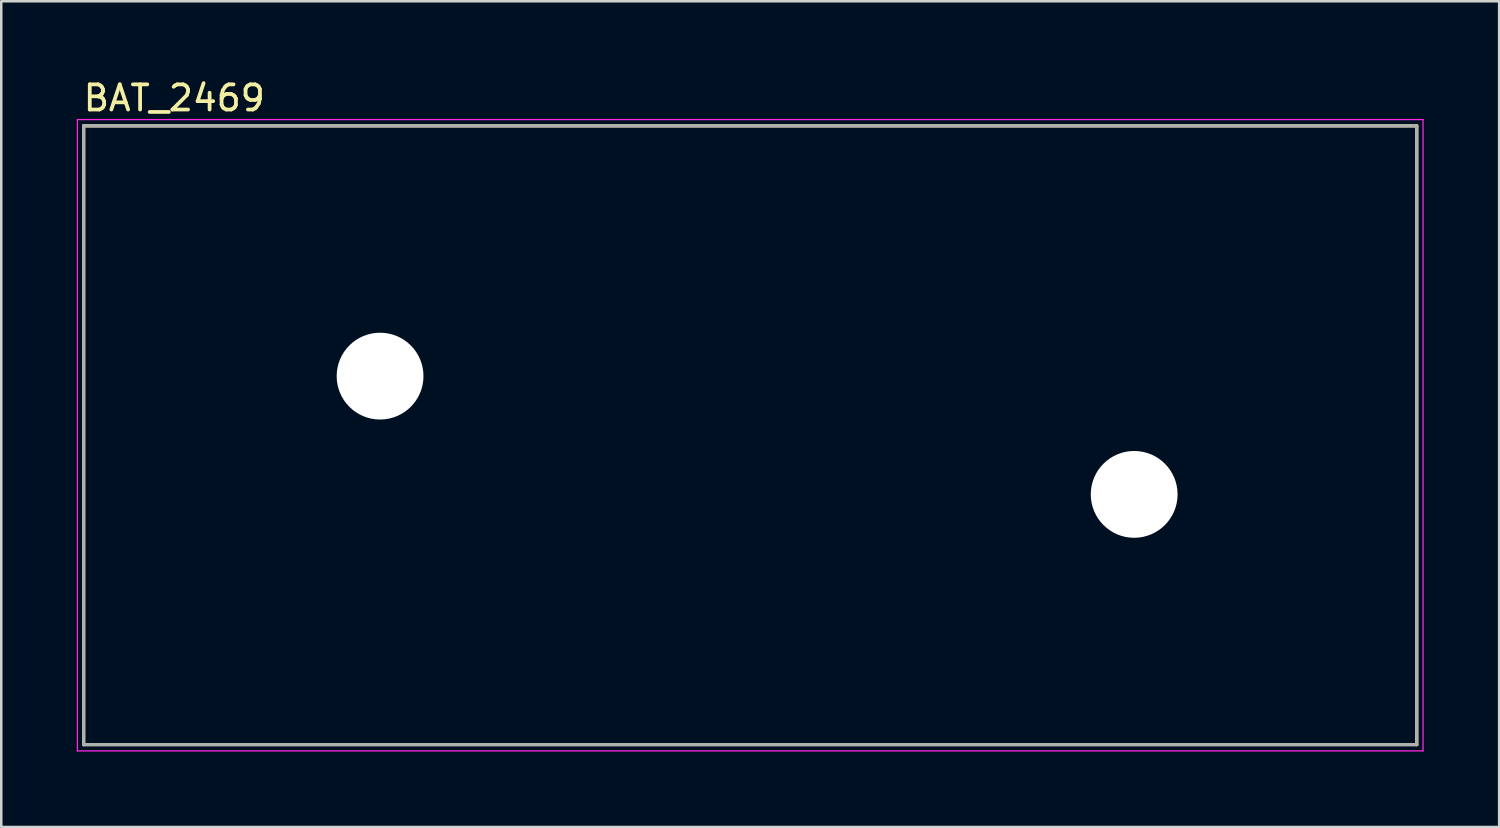
<source format=kicad_pcb>
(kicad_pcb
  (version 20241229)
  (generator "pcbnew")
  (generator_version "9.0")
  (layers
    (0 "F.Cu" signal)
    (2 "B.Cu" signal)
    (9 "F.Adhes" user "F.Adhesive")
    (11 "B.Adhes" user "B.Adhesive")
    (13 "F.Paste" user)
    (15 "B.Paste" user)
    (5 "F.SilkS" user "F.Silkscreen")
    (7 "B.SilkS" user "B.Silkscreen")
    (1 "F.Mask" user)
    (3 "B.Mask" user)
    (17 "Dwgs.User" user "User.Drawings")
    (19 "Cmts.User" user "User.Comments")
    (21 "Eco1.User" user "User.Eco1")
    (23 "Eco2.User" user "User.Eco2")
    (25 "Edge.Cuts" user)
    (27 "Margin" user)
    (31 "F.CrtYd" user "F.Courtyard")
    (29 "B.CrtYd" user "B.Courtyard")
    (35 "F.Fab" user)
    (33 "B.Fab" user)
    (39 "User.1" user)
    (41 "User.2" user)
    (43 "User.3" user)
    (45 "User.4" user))
  (footprint "BAT_2469"
    (layer "F.Cu")
    (at 26.765 14.248)
    (property "Reference" "BAT_2469" (at -22.89 -13.4 0) (layer "F.SilkS") (effects (font (size 1 1) (thickness 0.15))))
    (attr through_hole)
    (fp_line (start -26.49 -12.295) (end 26.49 -12.295) (stroke (width 0.127) (type solid)) (layer "F.SilkS"))
    (fp_line (start -26.49 12.295) (end -26.49 -12.295) (stroke (width 0.127) (type solid)) (layer "F.SilkS"))
    (fp_line (start 26.49 -12.295) (end 26.49 12.295) (stroke (width 0.127) (type solid)) (layer "F.SilkS"))
    (fp_line (start 26.49 12.295) (end -26.49 12.295) (stroke (width 0.127) (type solid)) (layer "F.SilkS"))
    (fp_line (start -26.74 -12.545) (end 26.74 -12.545) (stroke (width 0.05) (type solid)) (layer "F.CrtYd"))
    (fp_line (start -26.74 12.545) (end -26.74 -12.545) (stroke (width 0.05) (type solid)) (layer "F.CrtYd"))
    (fp_line (start 26.74 -12.545) (end 26.74 12.545) (stroke (width 0.05) (type solid)) (layer "F.CrtYd"))
    (fp_line (start 26.74 12.545) (end -26.74 12.545) (stroke (width 0.05) (type solid)) (layer "F.CrtYd"))
    (fp_line (start -26.49 -12.295) (end 26.49 -12.295) (stroke (width 0.127) (type solid)) (layer "F.Fab"))
    (fp_line (start -26.49 12.295) (end -26.49 -12.295) (stroke (width 0.127) (type solid)) (layer "F.Fab"))
    (fp_line (start 26.49 -12.295) (end 26.49 12.295) (stroke (width 0.127) (type solid)) (layer "F.Fab"))
    (fp_line (start 26.49 12.295) (end -26.49 12.295) (stroke (width 0.127) (type solid)) (layer "F.Fab"))
    (pad "" np_thru_hole circle (at -14.71 -2.35) (size 3.45 3.45) (drill 3.45) (layers "*.Cu" "*.Mask"))
    (pad "" np_thru_hole circle (at 15.26 2.35) (size 3.45 3.45) (drill 3.45) (layers "*.Cu" "*.Mask")))
  (gr_rect
    (start -3 -3)
    (end 56.53 29.818)
    (stroke (width 0.1) (type default))
    (fill no)
    (layer "Edge.Cuts")))
</source>
